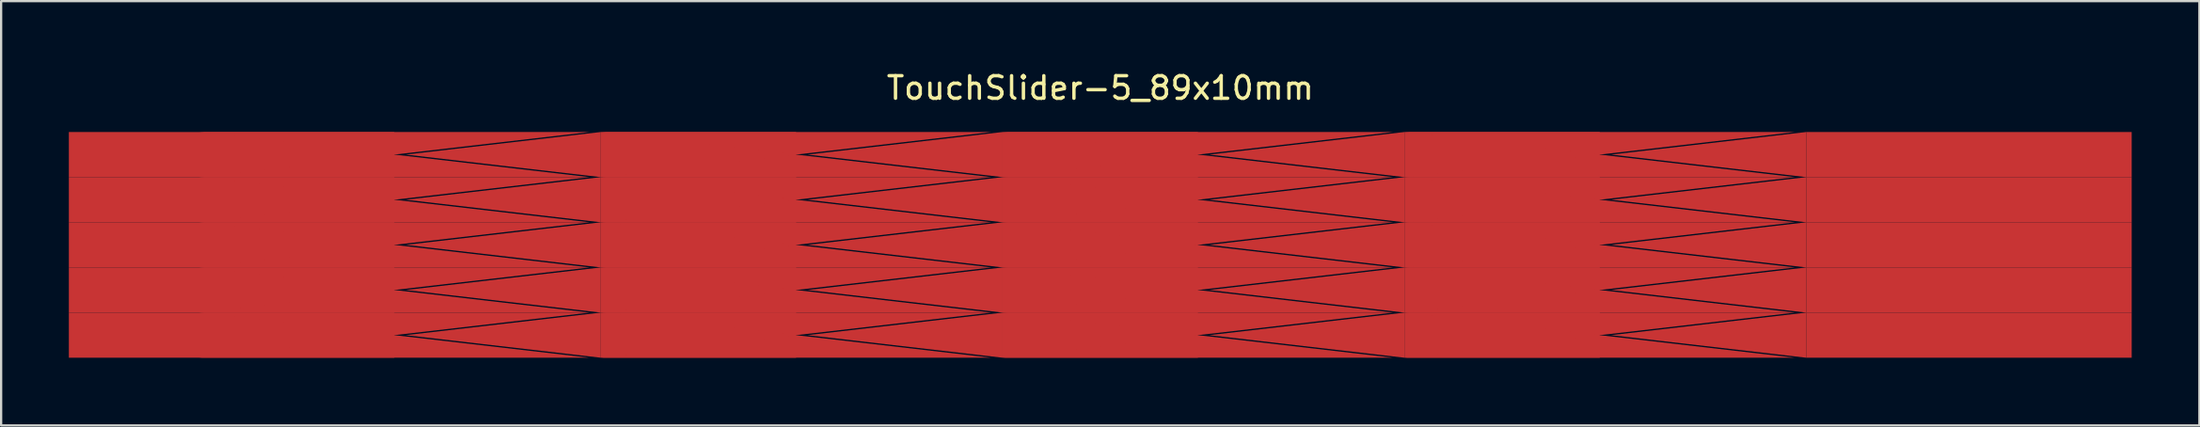
<source format=kicad_pcb>
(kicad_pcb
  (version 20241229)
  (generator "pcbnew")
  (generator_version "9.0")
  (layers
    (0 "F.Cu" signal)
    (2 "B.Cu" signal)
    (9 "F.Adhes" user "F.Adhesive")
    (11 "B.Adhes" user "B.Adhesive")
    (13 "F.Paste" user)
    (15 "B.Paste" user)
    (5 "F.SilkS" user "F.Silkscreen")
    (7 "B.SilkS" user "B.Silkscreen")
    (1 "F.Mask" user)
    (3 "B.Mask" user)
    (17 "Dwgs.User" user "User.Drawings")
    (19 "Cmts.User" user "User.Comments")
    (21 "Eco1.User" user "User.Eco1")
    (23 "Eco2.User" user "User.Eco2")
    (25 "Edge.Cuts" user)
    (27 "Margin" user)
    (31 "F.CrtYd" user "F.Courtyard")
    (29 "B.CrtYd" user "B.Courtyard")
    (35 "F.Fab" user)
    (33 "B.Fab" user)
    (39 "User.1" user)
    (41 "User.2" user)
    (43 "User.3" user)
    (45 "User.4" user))
  (footprint "TouchSlider-5_89x10mm"
    (layer "F.Cu")
    (at 45.692 7.798)
    (property "Reference" "TouchSlider-5_89x10mm" (at 0 -6.95 0) (layer "F.SilkS") (effects (font (size 1 1) (thickness 0.15))))
    (attr smd)
    (pad "1" smd rect (at -38.483 -4) (size 14.417 2) (layers "F.Cu" "F.Mask"))
    (pad "1" smd rect (at -38.483 -2) (size 14.417 2) (layers "F.Cu" "F.Mask"))
    (pad "1" smd rect (at -38.483 0) (size 14.417 2) (layers "F.Cu" "F.Mask"))
    (pad "1" smd rect (at -38.483 2) (size 14.417 2) (layers "F.Cu" "F.Mask"))
    (pad "1" smd rect (at -38.483 4) (size 14.417 2) (layers "F.Cu" "F.Mask"))
    (pad "1" smd trapezoid (at -31.275 -4.5) (size 8.65 1) (rect_delta 0 -8.65) (layers "F.Cu" "F.Mask"))
    (pad "1" smd trapezoid (at -31.275 -3.5) (size 8.65 1) (rect_delta 0 8.65) (layers "F.Cu" "F.Mask"))
    (pad "1" smd trapezoid (at -31.275 -2.5) (size 8.65 1) (rect_delta 0 -8.65) (layers "F.Cu" "F.Mask"))
    (pad "1" smd trapezoid (at -31.275 -1.5) (size 8.65 1) (rect_delta 0 8.65) (layers "F.Cu" "F.Mask"))
    (pad "1" smd trapezoid (at -31.275 -0.5) (size 8.65 1) (rect_delta 0 -8.65) (layers "F.Cu" "F.Mask"))
    (pad "1" smd trapezoid (at -31.275 0.5) (size 8.65 1) (rect_delta 0 8.65) (layers "F.Cu" "F.Mask"))
    (pad "1" smd trapezoid (at -31.275 1.5) (size 8.65 1) (rect_delta 0 -8.65) (layers "F.Cu" "F.Mask"))
    (pad "1" smd trapezoid (at -31.275 2.5) (size 8.65 1) (rect_delta 0 8.65) (layers "F.Cu" "F.Mask"))
    (pad "1" smd trapezoid (at -31.275 3.5) (size 8.65 1) (rect_delta 0 -8.65) (layers "F.Cu" "F.Mask"))
    (pad "1" smd trapezoid (at -31.275 4.5) (size 8.65 1) (rect_delta 0 8.65) (layers "F.Cu" "F.Mask"))
    (pad "2" smd trapezoid (at -26.45 -4) (size 8.65 1) (rect_delta -1 0) (layers "F.Cu" "F.Mask"))
    (pad "2" smd trapezoid (at -26.45 -2) (size 8.65 1) (rect_delta -1 0) (layers "F.Cu" "F.Mask"))
    (pad "2" smd trapezoid (at -26.45 0) (size 8.65 1) (rect_delta -1 0) (layers "F.Cu" "F.Mask"))
    (pad "2" smd trapezoid (at -26.45 2) (size 8.65 1) (rect_delta -1 0) (layers "F.Cu" "F.Mask"))
    (pad "2" smd trapezoid (at -26.45 4) (size 8.65 1) (rect_delta -1 0) (layers "F.Cu" "F.Mask"))
    (pad "2" smd rect (at -17.8 -4) (size 8.65 2) (layers "F.Cu" "F.Mask"))
    (pad "2" smd rect (at -17.8 -2) (size 8.65 2) (layers "F.Cu" "F.Mask"))
    (pad "2" smd rect (at -17.8 0) (size 8.65 2) (layers "F.Cu" "F.Mask"))
    (pad "2" smd rect (at -17.8 2) (size 8.65 2) (layers "F.Cu" "F.Mask"))
    (pad "2" smd rect (at -17.8 4) (size 8.65 2) (layers "F.Cu" "F.Mask"))
    (pad "2" smd trapezoid (at -13.475 -4.5) (size 8.65 1) (rect_delta 0 -8.65) (layers "F.Cu" "F.Mask"))
    (pad "2" smd trapezoid (at -13.475 -3.5) (size 8.65 1) (rect_delta 0 8.65) (layers "F.Cu" "F.Mask"))
    (pad "2" smd trapezoid (at -13.475 -2.5) (size 8.65 1) (rect_delta 0 -8.65) (layers "F.Cu" "F.Mask"))
    (pad "2" smd trapezoid (at -13.475 -1.5) (size 8.65 1) (rect_delta 0 8.65) (layers "F.Cu" "F.Mask"))
    (pad "2" smd trapezoid (at -13.475 -0.5) (size 8.65 1) (rect_delta 0 -8.65) (layers "F.Cu" "F.Mask"))
    (pad "2" smd trapezoid (at -13.475 0.5) (size 8.65 1) (rect_delta 0 8.65) (layers "F.Cu" "F.Mask"))
    (pad "2" smd trapezoid (at -13.475 1.5) (size 8.65 1) (rect_delta 0 -8.65) (layers "F.Cu" "F.Mask"))
    (pad "2" smd trapezoid (at -13.475 2.5) (size 8.65 1) (rect_delta 0 8.65) (layers "F.Cu" "F.Mask"))
    (pad "2" smd trapezoid (at -13.475 3.5) (size 8.65 1) (rect_delta 0 -8.65) (layers "F.Cu" "F.Mask"))
    (pad "2" smd trapezoid (at -13.475 4.5) (size 8.65 1) (rect_delta 0 8.65) (layers "F.Cu" "F.Mask"))
    (pad "3" smd trapezoid (at -8.65 -4) (size 8.65 1) (rect_delta -1 0) (layers "F.Cu" "F.Mask"))
    (pad "3" smd trapezoid (at -8.65 -2) (size 8.65 1) (rect_delta -1 0) (layers "F.Cu" "F.Mask"))
    (pad "3" smd trapezoid (at -8.65 0) (size 8.65 1) (rect_delta -1 0) (layers "F.Cu" "F.Mask"))
    (pad "3" smd trapezoid (at -8.65 2) (size 8.65 1) (rect_delta -1 0) (layers "F.Cu" "F.Mask"))
    (pad "3" smd trapezoid (at -8.65 4) (size 8.65 1) (rect_delta -1 0) (layers "F.Cu" "F.Mask"))
    (pad "3" smd rect (at 0 -4) (size 8.65 2) (layers "F.Cu" "F.Mask"))
    (pad "3" smd rect (at 0 -2) (size 8.65 2) (layers "F.Cu" "F.Mask"))
    (pad "3" smd rect (at 0 0) (size 8.65 2) (layers "F.Cu" "F.Mask"))
    (pad "3" smd rect (at 0 2) (size 8.65 2) (layers "F.Cu" "F.Mask"))
    (pad "3" smd rect (at 0 4) (size 8.65 2) (layers "F.Cu" "F.Mask"))
    (pad "3" smd trapezoid (at 4.325 -4.5) (size 8.65 1) (rect_delta 0 -8.65) (layers "F.Cu" "F.Mask"))
    (pad "3" smd trapezoid (at 4.325 -3.5) (size 8.65 1) (rect_delta 0 8.65) (layers "F.Cu" "F.Mask"))
    (pad "3" smd trapezoid (at 4.325 -2.5) (size 8.65 1) (rect_delta 0 -8.65) (layers "F.Cu" "F.Mask"))
    (pad "3" smd trapezoid (at 4.325 -1.5) (size 8.65 1) (rect_delta 0 8.65) (layers "F.Cu" "F.Mask"))
    (pad "3" smd trapezoid (at 4.325 -0.5) (size 8.65 1) (rect_delta 0 -8.65) (layers "F.Cu" "F.Mask"))
    (pad "3" smd trapezoid (at 4.325 0.5) (size 8.65 1) (rect_delta 0 8.65) (layers "F.Cu" "F.Mask"))
    (pad "3" smd trapezoid (at 4.325 1.5) (size 8.65 1) (rect_delta 0 -8.65) (layers "F.Cu" "F.Mask"))
    (pad "3" smd trapezoid (at 4.325 2.5) (size 8.65 1) (rect_delta 0 8.65) (layers "F.Cu" "F.Mask"))
    (pad "3" smd trapezoid (at 4.325 3.5) (size 8.65 1) (rect_delta 0 -8.65) (layers "F.Cu" "F.Mask"))
    (pad "3" smd trapezoid (at 4.325 4.5) (size 8.65 1) (rect_delta 0 8.65) (layers "F.Cu" "F.Mask"))
    (pad "4" smd trapezoid (at 9.15 -4) (size 8.65 1) (rect_delta -1 0) (layers "F.Cu" "F.Mask"))
    (pad "4" smd trapezoid (at 9.15 -2) (size 8.65 1) (rect_delta -1 0) (layers "F.Cu" "F.Mask"))
    (pad "4" smd trapezoid (at 9.15 0) (size 8.65 1) (rect_delta -1 0) (layers "F.Cu" "F.Mask"))
    (pad "4" smd trapezoid (at 9.15 2) (size 8.65 1) (rect_delta -1 0) (layers "F.Cu" "F.Mask"))
    (pad "4" smd trapezoid (at 9.15 4) (size 8.65 1) (rect_delta -1 0) (layers "F.Cu" "F.Mask"))
    (pad "4" smd rect (at 17.8 -4) (size 8.65 2) (layers "F.Cu" "F.Mask"))
    (pad "4" smd rect (at 17.8 -2) (size 8.65 2) (layers "F.Cu" "F.Mask"))
    (pad "4" smd rect (at 17.8 0) (size 8.65 2) (layers "F.Cu" "F.Mask"))
    (pad "4" smd rect (at 17.8 2) (size 8.65 2) (layers "F.Cu" "F.Mask"))
    (pad "4" smd rect (at 17.8 4) (size 8.65 2) (layers "F.Cu" "F.Mask"))
    (pad "4" smd trapezoid (at 22.125 -4.5) (size 8.65 1) (rect_delta 0 -8.65) (layers "F.Cu" "F.Mask"))
    (pad "4" smd trapezoid (at 22.125 -3.5) (size 8.65 1) (rect_delta 0 8.65) (layers "F.Cu" "F.Mask"))
    (pad "4" smd trapezoid (at 22.125 -2.5) (size 8.65 1) (rect_delta 0 -8.65) (layers "F.Cu" "F.Mask"))
    (pad "4" smd trapezoid (at 22.125 -1.5) (size 8.65 1) (rect_delta 0 8.65) (layers "F.Cu" "F.Mask"))
    (pad "4" smd trapezoid (at 22.125 -0.5) (size 8.65 1) (rect_delta 0 -8.65) (layers "F.Cu" "F.Mask"))
    (pad "4" smd trapezoid (at 22.125 0.5) (size 8.65 1) (rect_delta 0 8.65) (layers "F.Cu" "F.Mask"))
    (pad "4" smd trapezoid (at 22.125 1.5) (size 8.65 1) (rect_delta 0 -8.65) (layers "F.Cu" "F.Mask"))
    (pad "4" smd trapezoid (at 22.125 2.5) (size 8.65 1) (rect_delta 0 8.65) (layers "F.Cu" "F.Mask"))
    (pad "4" smd trapezoid (at 22.125 3.5) (size 8.65 1) (rect_delta 0 -8.65) (layers "F.Cu" "F.Mask"))
    (pad "4" smd trapezoid (at 22.125 4.5) (size 8.65 1) (rect_delta 0 8.65) (layers "F.Cu" "F.Mask"))
    (pad "5" smd trapezoid (at 26.95 -4) (size 8.65 1) (rect_delta -1 0) (layers "F.Cu" "F.Mask"))
    (pad "5" smd trapezoid (at 26.95 -2) (size 8.65 1) (rect_delta -1 0) (layers "F.Cu" "F.Mask"))
    (pad "5" smd trapezoid (at 26.95 0) (size 8.65 1) (rect_delta -1 0) (layers "F.Cu" "F.Mask"))
    (pad "5" smd trapezoid (at 26.95 2) (size 8.65 1) (rect_delta -1 0) (layers "F.Cu" "F.Mask"))
    (pad "5" smd trapezoid (at 26.95 4) (size 8.65 1) (rect_delta -1 0) (layers "F.Cu" "F.Mask"))
    (pad "5" smd rect (at 38.483 -4) (size 14.417 2) (layers "F.Cu" "F.Mask"))
    (pad "5" smd rect (at 38.483 -2) (size 14.417 2) (layers "F.Cu" "F.Mask"))
    (pad "5" smd rect (at 38.483 0) (size 14.417 2) (layers "F.Cu" "F.Mask"))
    (pad "5" smd rect (at 38.483 2) (size 14.417 2) (layers "F.Cu" "F.Mask"))
    (pad "5" smd rect (at 38.483 4) (size 14.417 2) (layers "F.Cu" "F.Mask")))
  (gr_rect
    (start -3 -3)
    (end 94.383 15.798)
    (stroke (width 0.1) (type default))
    (fill no)
    (layer "Edge.Cuts")))
</source>
